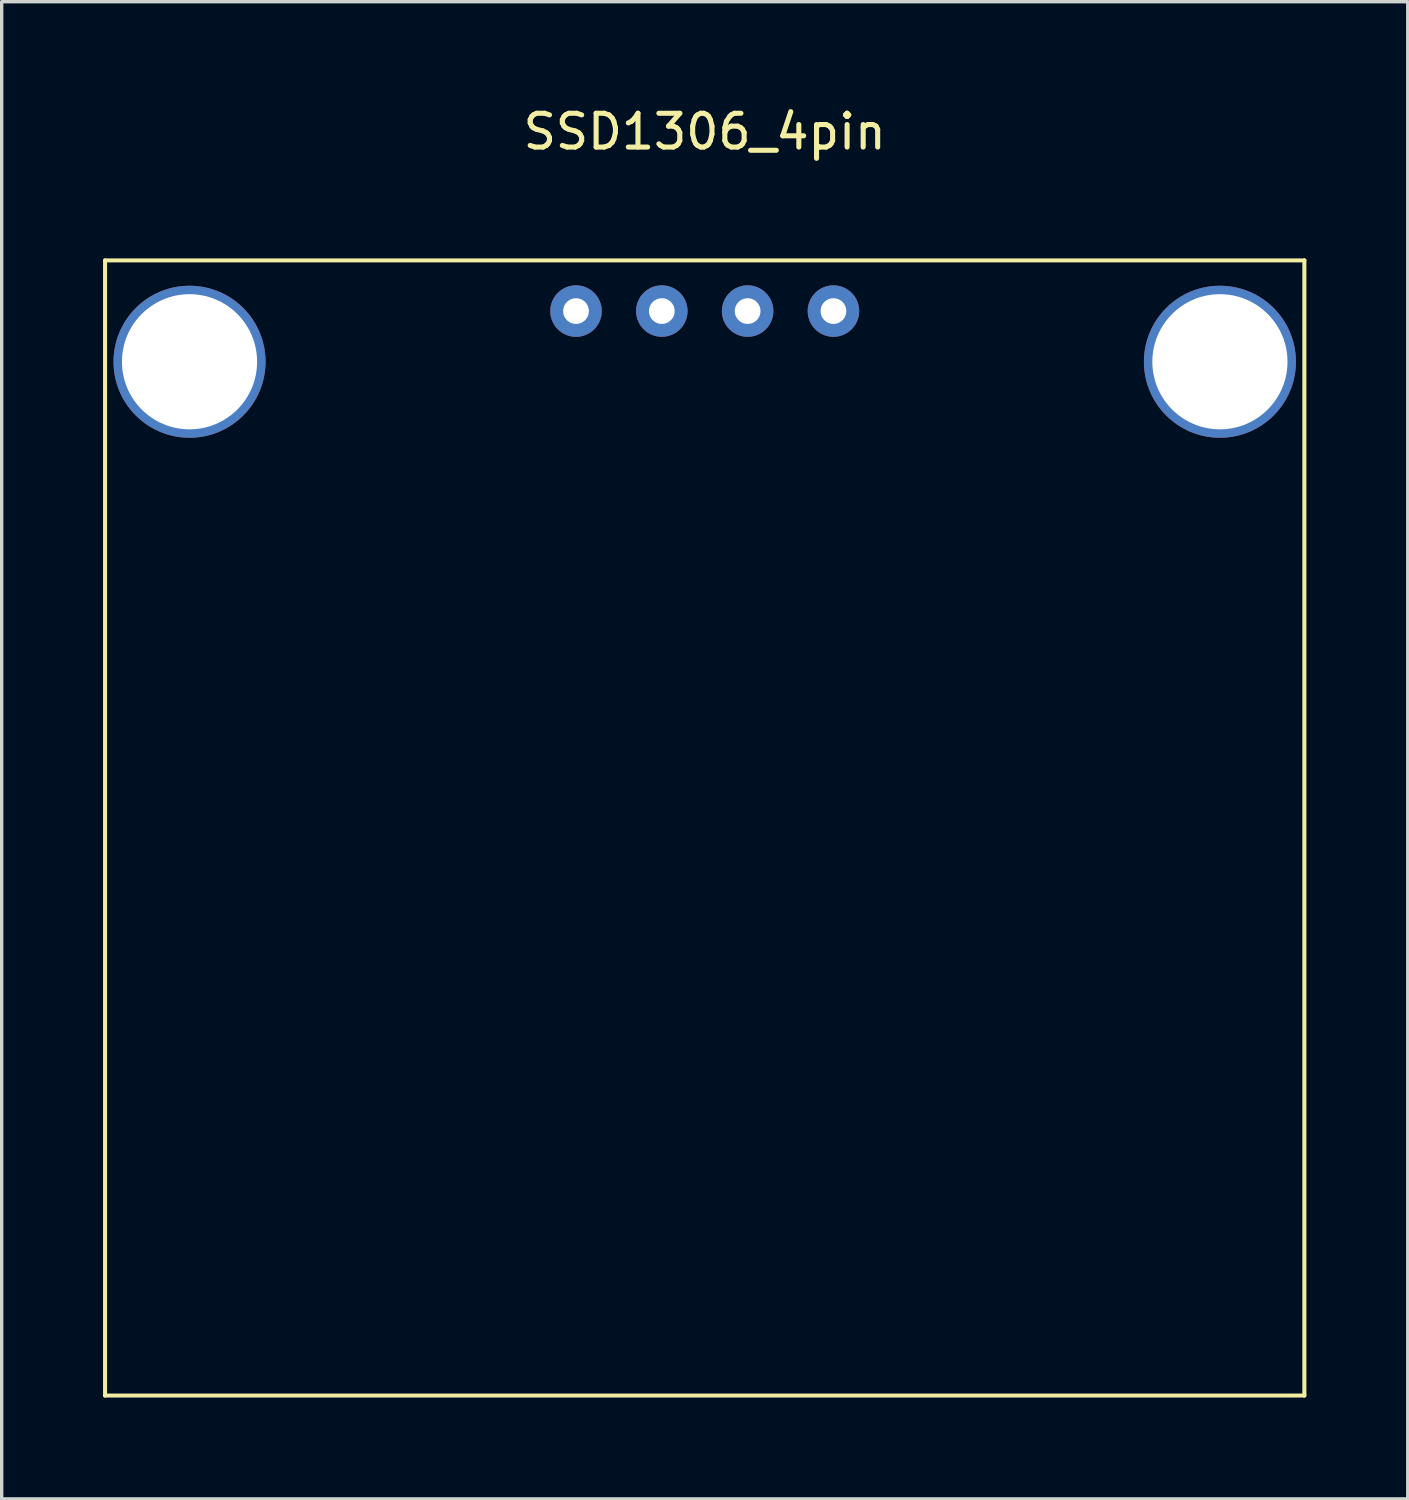
<source format=kicad_pcb>
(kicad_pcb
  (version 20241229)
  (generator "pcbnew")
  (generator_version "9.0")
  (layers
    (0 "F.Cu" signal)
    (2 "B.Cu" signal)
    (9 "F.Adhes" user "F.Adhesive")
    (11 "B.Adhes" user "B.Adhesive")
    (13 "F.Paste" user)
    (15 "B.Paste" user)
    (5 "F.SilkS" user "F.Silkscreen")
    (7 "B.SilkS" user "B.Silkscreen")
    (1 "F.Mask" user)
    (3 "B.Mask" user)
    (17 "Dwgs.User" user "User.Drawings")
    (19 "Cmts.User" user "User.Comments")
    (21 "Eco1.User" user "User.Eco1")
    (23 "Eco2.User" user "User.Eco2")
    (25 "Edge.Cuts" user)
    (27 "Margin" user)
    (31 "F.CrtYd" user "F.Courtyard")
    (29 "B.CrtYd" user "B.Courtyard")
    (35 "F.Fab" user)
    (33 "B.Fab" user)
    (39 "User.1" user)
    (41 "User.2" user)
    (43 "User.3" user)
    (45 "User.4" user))
  (footprint "SSD1306_4pin"
    (layer "F.Cu")
    (at 17.81 4.658)
    (property "Reference" "SSD1306_4pin" (at 0 -3.81 0) (layer "F.SilkS") (effects (font (size 1 1) (thickness 0.15))))
    (attr through_hole)
    (fp_line (start -17.75 0) (end 17.75 0) (stroke (width 0.12) (type solid)) (layer "F.SilkS"))
    (fp_line (start -17.75 33.6) (end -17.75 0) (stroke (width 0.12) (type solid)) (layer "F.SilkS"))
    (fp_line (start 17.75 0) (end 17.75 33.6) (stroke (width 0.12) (type solid)) (layer "F.SilkS"))
    (fp_line (start 17.75 33.6) (end -17.75 33.6) (stroke (width 0.12) (type solid)) (layer "F.SilkS"))
    (pad "" thru_hole circle (at -15.25 3) (size 4.5 4.5) (drill 4) (layers "*.Cu" "*.Mask"))
    (pad "" thru_hole circle (at 15.25 3) (size 4.5 4.5) (drill 4) (layers "*.Cu" "*.Mask"))
    (pad "1" thru_hole circle (at -3.81 1.5) (size 1.524 1.524) (drill 0.762) (layers "*.Cu" "*.Mask"))
    (pad "2" thru_hole circle (at -1.27 1.5) (size 1.524 1.524) (drill 0.762) (layers "*.Cu" "*.Mask"))
    (pad "3" thru_hole circle (at 1.27 1.5) (size 1.524 1.524) (drill 0.762) (layers "*.Cu" "*.Mask"))
    (pad "4" thru_hole circle (at 3.81 1.5) (size 1.524 1.524) (drill 0.762) (layers "*.Cu" "*.Mask")))
  (gr_rect
    (start -3 -3)
    (end 38.62 41.318)
    (stroke (width 0.1) (type default))
    (fill no)
    (layer "Edge.Cuts")))
</source>
